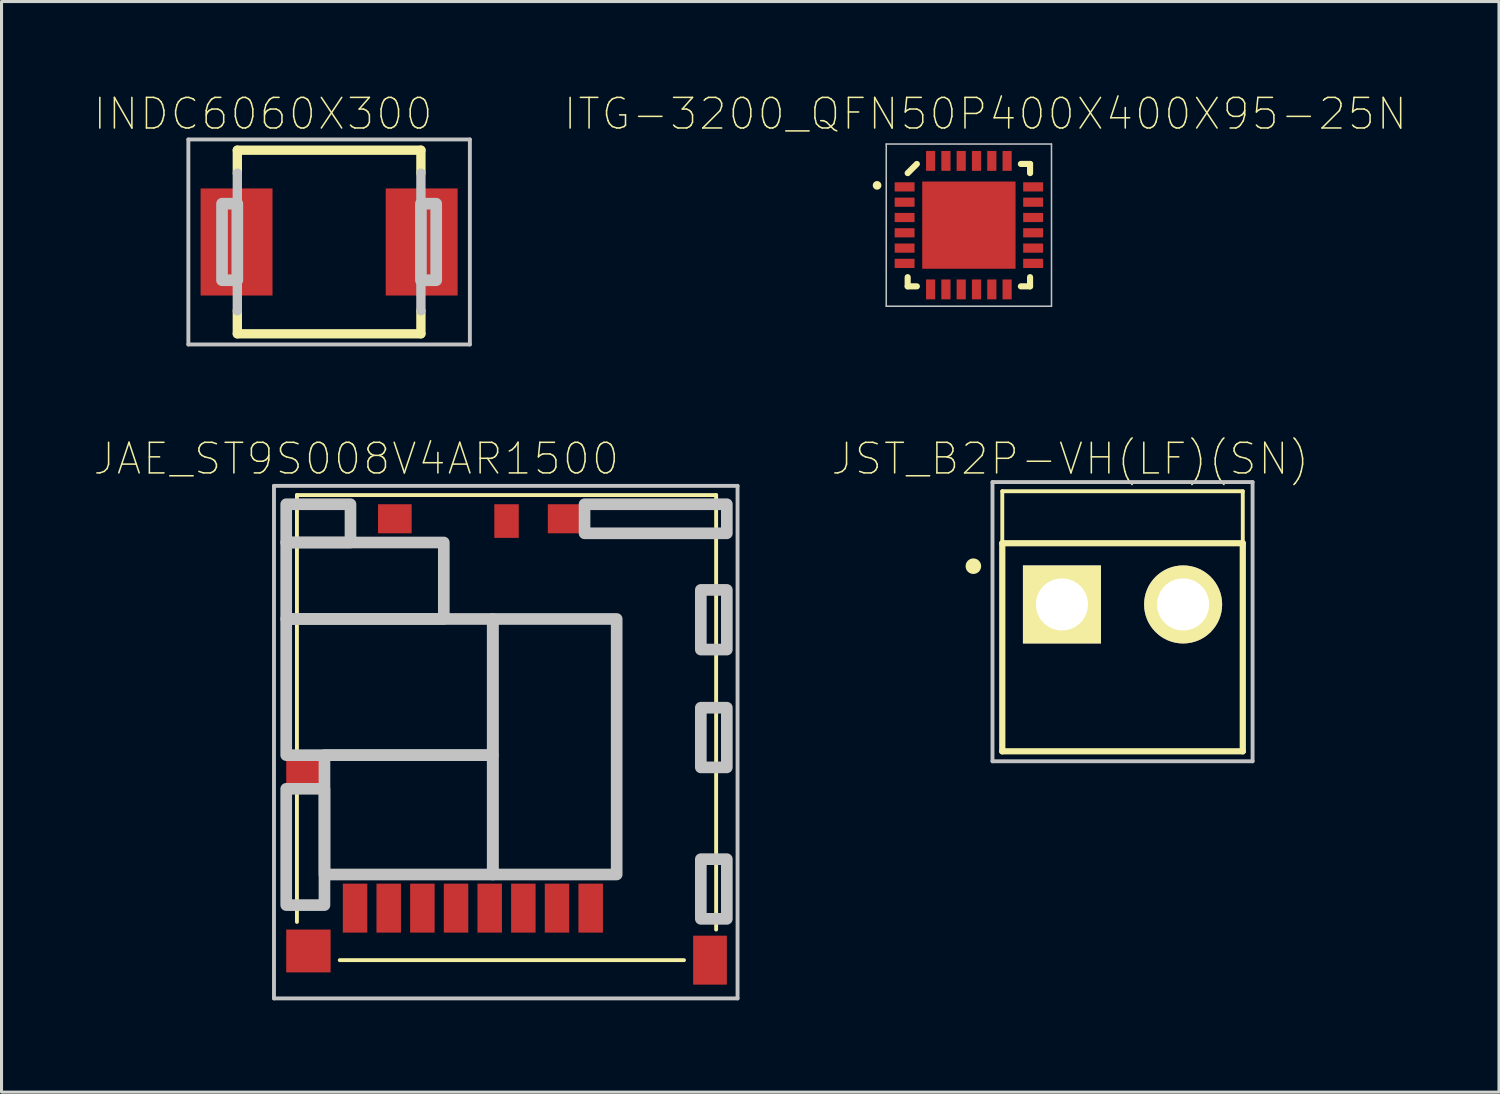
<source format=kicad_pcb>
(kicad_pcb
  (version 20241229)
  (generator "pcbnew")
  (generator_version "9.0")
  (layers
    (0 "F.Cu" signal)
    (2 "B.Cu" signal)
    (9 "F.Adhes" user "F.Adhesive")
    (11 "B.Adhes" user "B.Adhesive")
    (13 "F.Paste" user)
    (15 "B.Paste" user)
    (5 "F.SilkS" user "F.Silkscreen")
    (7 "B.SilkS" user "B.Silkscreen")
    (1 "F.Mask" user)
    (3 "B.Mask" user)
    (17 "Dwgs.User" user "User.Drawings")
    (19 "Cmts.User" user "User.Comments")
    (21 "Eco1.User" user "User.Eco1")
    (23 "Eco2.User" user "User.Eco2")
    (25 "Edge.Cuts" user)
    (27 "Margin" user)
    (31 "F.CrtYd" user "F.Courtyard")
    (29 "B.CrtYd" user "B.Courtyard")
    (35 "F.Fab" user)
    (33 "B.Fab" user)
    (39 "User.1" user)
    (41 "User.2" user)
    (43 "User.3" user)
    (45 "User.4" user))
  (footprint "JAE_ST9S008V4AR1500"
    (layer "F.Cu")
    (at 13.054 28.329)
    (property "Reference" "JAE_ST9S008V4AR1500" (at -4.46 -16.385 0) (layer "F.SilkS") (effects (font (size 1 1) (thickness 0.05))))
    (attr smd)
    (fp_line (start -6.4 -15.2) (end 7.3 -15.2) (stroke (width 0.127) (type solid)) (layer "F.SilkS"))
    (fp_line (start -6.4 -6.8) (end -6.4 -15.2) (stroke (width 0.127) (type solid)) (layer "F.SilkS"))
    (fp_line (start -6.4 -1.25) (end -6.4 -5.5) (stroke (width 0.127) (type solid)) (layer "F.SilkS"))
    (fp_line (start 6.25 0) (end -5 0) (stroke (width 0.127) (type solid)) (layer "F.SilkS"))
    (fp_line (start 7.3 -15.2) (end 7.3 -1) (stroke (width 0.127) (type solid)) (layer "F.SilkS"))
    (fp_line (start -7.15 -15.5) (end 8 -15.5) (stroke (width 0.127) (type solid)) (layer "Dwgs.User"))
    (fp_line (start -7.15 1.25) (end -7.15 -15.5) (stroke (width 0.127) (type solid)) (layer "Dwgs.User"))
    (fp_line (start 8 -15.5) (end 8 1.25) (stroke (width 0.127) (type solid)) (layer "Dwgs.User"))
    (fp_line (start 8 1.25) (end -7.15 1.25) (stroke (width 0.127) (type solid)) (layer "Dwgs.User"))
    (fp_poly (pts (xy -6.75 -14.9) (xy -4.65 -14.9) (xy -4.65 -13.65) (xy -6.75 -13.65)) (stroke (width 0.381) (type solid)) (fill no) (layer "Dwgs.User"))
    (fp_poly (pts (xy -6.75 -13.65) (xy -1.6 -13.65) (xy -1.6 -11.15) (xy -6.75 -11.15)) (stroke (width 0.381) (type solid)) (fill no) (layer "Dwgs.User"))
    (fp_poly (pts (xy -6.75 -11.15) (xy 0 -11.15) (xy 0 -6.7) (xy -6.75 -6.7)) (stroke (width 0.381) (type solid)) (fill no) (layer "Dwgs.User"))
    (fp_poly (pts (xy -6.75 -5.6) (xy -5.5 -5.6) (xy -5.5 -1.8) (xy -6.75 -1.8)) (stroke (width 0.381) (type solid)) (fill no) (layer "Dwgs.User"))
    (fp_poly (pts (xy -5.5 -6.7) (xy 0 -6.7) (xy 0 -2.8) (xy -5.5 -2.8)) (stroke (width 0.381) (type solid)) (fill no) (layer "Dwgs.User"))
    (fp_poly (pts (xy 0 -11.15) (xy 4.05 -11.15) (xy 4.05 -2.8) (xy 0 -2.8)) (stroke (width 0.381) (type solid)) (fill no) (layer "Dwgs.User"))
    (fp_poly (pts (xy 3 -14.9) (xy 7.65 -14.9) (xy 7.65 -13.95) (xy 3 -13.95)) (stroke (width 0.381) (type solid)) (fill no) (layer "Dwgs.User"))
    (fp_poly (pts (xy 6.8 -12.1) (xy 7.65 -12.1) (xy 7.65 -10.15) (xy 6.8 -10.15)) (stroke (width 0.381) (type solid)) (fill no) (layer "Dwgs.User"))
    (fp_poly (pts (xy 6.8 -8.25) (xy 7.65 -8.25) (xy 7.65 -6.3) (xy 6.8 -6.3)) (stroke (width 0.381) (type solid)) (fill no) (layer "Dwgs.User"))
    (fp_poly (pts (xy 6.8 -3.3) (xy 7.65 -3.3) (xy 7.65 -1.35) (xy 6.8 -1.35)) (stroke (width 0.381) (type solid)) (fill no) (layer "Dwgs.User"))
    (pad "1" smd rect (at 3.2 -1.7 90) (size 1.6 0.8) (layers "F.Cu" "F.Mask" "F.Paste"))
    (pad "2" smd rect (at 2.1 -1.7 90) (size 1.6 0.8) (layers "F.Cu" "F.Mask" "F.Paste"))
    (pad "3" smd rect (at 1 -1.7 90) (size 1.6 0.8) (layers "F.Cu" "F.Mask" "F.Paste"))
    (pad "4" smd rect (at -0.1 -1.7 90) (size 1.6 0.8) (layers "F.Cu" "F.Mask" "F.Paste"))
    (pad "5" smd rect (at -1.2 -1.7 90) (size 1.6 0.8) (layers "F.Cu" "F.Mask" "F.Paste"))
    (pad "6" smd rect (at -2.3 -1.7 90) (size 1.6 0.8) (layers "F.Cu" "F.Mask" "F.Paste"))
    (pad "7" smd rect (at -3.4 -1.7 90) (size 1.6 0.8) (layers "F.Cu" "F.Mask" "F.Paste"))
    (pad "8" smd rect (at -4.5 -1.7 90) (size 1.6 0.8) (layers "F.Cu" "F.Mask" "F.Paste"))
    (pad "PAD1" smd rect (at -3.2 -14.425) (size 1.1 0.95) (layers "F.Cu" "F.Mask" "F.Paste"))
    (pad "PAD2" smd rect (at 0.45 -14.35) (size 0.8 1.1) (layers "F.Cu" "F.Mask" "F.Paste"))
    (pad "PAD3" smd rect (at 2.35 -14.425) (size 1.1 0.95) (layers "F.Cu" "F.Mask" "F.Paste"))
    (pad "PAD4" smd rect (at -6.175 -6.15) (size 1.15 0.9) (layers "F.Cu" "F.Mask" "F.Paste"))
    (pad "PAD5" smd rect (at -6.025 -0.3) (size 1.45 1.4) (layers "F.Cu" "F.Mask" "F.Paste"))
    (pad "PAD6" smd rect (at 7.1 0 180) (size 1.1 1.6) (layers "F.Cu" "F.Mask" "F.Paste")))
  (footprint "INDC6060X300"
    (layer "F.Cu")
    (at 7.706 4.858)
    (property "Reference" "INDC6060X300" (at -2.16 -4.185 0) (layer "F.SilkS") (effects (font (size 1 1) (thickness 0.05))))
    (attr smd)
    (fp_line (start -3 -3) (end 3 -3) (stroke (width 0.305) (type solid)) (layer "F.SilkS"))
    (fp_line (start -3 -2.25) (end -3 -3) (stroke (width 0.305) (type solid)) (layer "F.SilkS"))
    (fp_line (start -3 2.25) (end -3 3) (stroke (width 0.305) (type solid)) (layer "F.SilkS"))
    (fp_line (start -3 3) (end 3 3) (stroke (width 0.305) (type solid)) (layer "F.SilkS"))
    (fp_line (start 3 -3) (end 3 -2.25) (stroke (width 0.305) (type solid)) (layer "F.SilkS"))
    (fp_line (start 3 3) (end 3 2.25) (stroke (width 0.305) (type solid)) (layer "F.SilkS"))
    (fp_line (start -4.6 -3.35) (end 4.6 -3.35) (stroke (width 0.127) (type solid)) (layer "Dwgs.User"))
    (fp_line (start -4.6 3.35) (end -4.6 -3.35) (stroke (width 0.127) (type solid)) (layer "Dwgs.User"))
    (fp_line (start -3 -2.25) (end -3 2.25) (stroke (width 0.305) (type solid)) (layer "Dwgs.User"))
    (fp_line (start 3 -2.25) (end 3 2.25) (stroke (width 0.305) (type solid)) (layer "Dwgs.User"))
    (fp_line (start 4.6 -3.35) (end 4.6 3.35) (stroke (width 0.127) (type solid)) (layer "Dwgs.User"))
    (fp_line (start 4.6 3.35) (end -4.6 3.35) (stroke (width 0.127) (type solid)) (layer "Dwgs.User"))
    (fp_poly (pts (xy -3.5 -1.25) (xy -3 -1.25) (xy -3 1.25) (xy -3.5 1.25)) (stroke (width 0.381) (type solid)) (fill no) (layer "Dwgs.User"))
    (fp_poly (pts (xy 3 -1.25) (xy 3.5 -1.25) (xy 3.5 1.25) (xy 3 1.25)) (stroke (width 0.381) (type solid)) (fill no) (layer "Dwgs.User"))
    (pad "1" smd rect (at -3.025 0 90) (size 3.5 2.35) (layers "F.Cu" "F.Mask" "F.Paste"))
    (pad "2" smd rect (at 3.025 0 90) (size 3.5 2.35) (layers "F.Cu" "F.Mask" "F.Paste")))
  (footprint "JST_B2P-VH(LF)(SN)"
    (layer "F.Cu")
    (at 33.636 16.704)
    (property "Reference" "JST_B2P-VH(LF)(SN)" (at -1.71 -4.76 0) (layer "F.SilkS") (effects (font (size 1 1) (thickness 0.05))))
    (attr through_hole)
    (fp_line (start -3.93 -3.7) (end 3.93 -3.7) (stroke (width 0.127) (type solid)) (layer "F.SilkS"))
    (fp_line (start -3.93 -2) (end -3.93 -3.7) (stroke (width 0.127) (type solid)) (layer "F.SilkS"))
    (fp_line (start -3.93 4.8) (end -3.93 -2) (stroke (width 0.203) (type solid)) (layer "F.SilkS"))
    (fp_line (start 3.93 -2) (end -3.93 -2) (stroke (width 0.203) (type solid)) (layer "F.SilkS"))
    (fp_line (start 3.93 -2) (end 3.93 -3.7) (stroke (width 0.127) (type solid)) (layer "F.SilkS"))
    (fp_line (start 3.93 -2) (end 3.93 4.8) (stroke (width 0.203) (type solid)) (layer "F.SilkS"))
    (fp_line (start 3.93 4.8) (end -3.93 4.8) (stroke (width 0.203) (type solid)) (layer "F.SilkS"))
    (fp_circle (center -4.875 -1.25) (end -4.621 -1.25) (stroke (width 0) (type solid)) (fill yes) (layer "F.SilkS"))
    (fp_line (start -4.25 -4) (end 4.25 -4) (stroke (width 0.127) (type solid)) (layer "Dwgs.User"))
    (fp_line (start -4.25 5.125) (end -4.25 -4) (stroke (width 0.127) (type solid)) (layer "Dwgs.User"))
    (fp_line (start 4.25 -4) (end 4.25 5.125) (stroke (width 0.127) (type solid)) (layer "Dwgs.User"))
    (fp_line (start 4.25 5.125) (end -4.25 5.125) (stroke (width 0.127) (type solid)) (layer "Dwgs.User"))
    (pad "1" thru_hole rect (at -1.98 0) (size 2.55 2.55) (drill 1.7) (layers "*.Cu" "*.Mask" "F.SilkS"))
    (pad "2" thru_hole circle (at 1.98 0) (size 2.55 2.55) (drill 1.7) (layers "*.Cu" "*.Mask" "F.SilkS")))
  (footprint "ITG-3200_QFN50P400X400X95-25N"
    (layer "F.Cu")
    (at 28.614 4.308)
    (property "Reference" "ITG-3200_QFN50P400X400X95-25N" (at 0.54 -3.635 0) (layer "F.SilkS") (effects (font (size 1 1) (thickness 0.05))))
    (attr smd)
    (fp_line (start -2 -1.7) (end -1.7 -2) (stroke (width 0.2) (type solid)) (layer "F.SilkS"))
    (fp_line (start -2 2) (end -2 1.7) (stroke (width 0.2) (type solid)) (layer "F.SilkS"))
    (fp_line (start -1.7 2) (end -2 2) (stroke (width 0.2) (type solid)) (layer "F.SilkS"))
    (fp_line (start 1.7 -2) (end 2 -2) (stroke (width 0.2) (type solid)) (layer "F.SilkS"))
    (fp_line (start 2 -2) (end 2 -1.7) (stroke (width 0.2) (type solid)) (layer "F.SilkS"))
    (fp_line (start 2 1.7) (end 2 2) (stroke (width 0.2) (type solid)) (layer "F.SilkS"))
    (fp_line (start 2 2) (end 1.7 2) (stroke (width 0.2) (type solid)) (layer "F.SilkS"))
    (fp_circle (center -3 -1.3) (end -2.859 -1.3) (stroke (width 0) (type solid)) (fill yes) (layer "F.SilkS"))
    (fp_poly (pts (xy -0.99 -0.89) (xy 0.99 -0.89) (xy 0.99 0.89) (xy -0.99 0.89)) (stroke (width 0.381) (type solid)) (fill yes) (layer "F.Paste"))
    (fp_line (start -2.7 -2.65) (end 2.7 -2.65) (stroke (width 0.05) (type solid)) (layer "Dwgs.User"))
    (fp_line (start -2.7 2.65) (end -2.7 -2.65) (stroke (width 0.05) (type solid)) (layer "Dwgs.User"))
    (fp_line (start 2.7 -2.65) (end 2.7 2.65) (stroke (width 0.05) (type solid)) (layer "Dwgs.User"))
    (fp_line (start 2.7 2.65) (end -2.7 2.65) (stroke (width 0.05) (type solid)) (layer "Dwgs.User"))
    (pad "1" smd rect (at -2.1 -1.25) (size 0.65 0.3) (layers "F.Cu" "F.Mask" "F.Paste"))
    (pad "2" smd rect (at -2.1 -0.75) (size 0.65 0.3) (layers "F.Cu" "F.Mask" "F.Paste"))
    (pad "3" smd rect (at -2.1 -0.25) (size 0.65 0.3) (layers "F.Cu" "F.Mask" "F.Paste"))
    (pad "4" smd rect (at -2.1 0.25) (size 0.65 0.3) (layers "F.Cu" "F.Mask" "F.Paste"))
    (pad "5" smd rect (at -2.1 0.75) (size 0.65 0.3) (layers "F.Cu" "F.Mask" "F.Paste"))
    (pad "6" smd rect (at -2.1 1.25) (size 0.65 0.3) (layers "F.Cu" "F.Mask" "F.Paste"))
    (pad "7" smd rect (at -1.25 2.1 90) (size 0.65 0.3) (layers "F.Cu" "F.Mask" "F.Paste"))
    (pad "8" smd rect (at -0.75 2.1 90) (size 0.65 0.3) (layers "F.Cu" "F.Mask" "F.Paste"))
    (pad "9" smd rect (at -0.25 2.1 90) (size 0.65 0.3) (layers "F.Cu" "F.Mask" "F.Paste"))
    (pad "10" smd rect (at 0.25 2.1 90) (size 0.65 0.3) (layers "F.Cu" "F.Mask" "F.Paste"))
    (pad "11" smd rect (at 0.75 2.1 90) (size 0.65 0.3) (layers "F.Cu" "F.Mask" "F.Paste"))
    (pad "12" smd rect (at 1.25 2.1 90) (size 0.65 0.3) (layers "F.Cu" "F.Mask" "F.Paste"))
    (pad "13" smd rect (at 2.1 1.25 180) (size 0.65 0.3) (layers "F.Cu" "F.Mask" "F.Paste"))
    (pad "14" smd rect (at 2.1 0.75 180) (size 0.65 0.3) (layers "F.Cu" "F.Mask" "F.Paste"))
    (pad "15" smd rect (at 2.1 0.25 180) (size 0.65 0.3) (layers "F.Cu" "F.Mask" "F.Paste"))
    (pad "16" smd rect (at 2.1 -0.25 180) (size 0.65 0.3) (layers "F.Cu" "F.Mask" "F.Paste"))
    (pad "17" smd rect (at 2.1 -0.75 180) (size 0.65 0.3) (layers "F.Cu" "F.Mask" "F.Paste"))
    (pad "18" smd rect (at 2.1 -1.25 180) (size 0.65 0.3) (layers "F.Cu" "F.Mask" "F.Paste"))
    (pad "19" smd rect (at 1.25 -2.1 270) (size 0.65 0.3) (layers "F.Cu" "F.Mask" "F.Paste"))
    (pad "20" smd rect (at 0.75 -2.1 270) (size 0.65 0.3) (layers "F.Cu" "F.Mask" "F.Paste"))
    (pad "21" smd rect (at 0.25 -2.1 270) (size 0.65 0.3) (layers "F.Cu" "F.Mask" "F.Paste"))
    (pad "22" smd rect (at -0.25 -2.1 270) (size 0.65 0.3) (layers "F.Cu" "F.Mask" "F.Paste"))
    (pad "23" smd rect (at -0.75 -2.1 270) (size 0.65 0.3) (layers "F.Cu" "F.Mask" "F.Paste"))
    (pad "24" smd rect (at -1.25 -2.1 270) (size 0.65 0.3) (layers "F.Cu" "F.Mask" "F.Paste"))
    (pad "25" smd rect (at 0 0) (size 3.05 2.85) (layers "F.Cu" "F.Mask" "F.Paste")))
  (gr_rect
    (start -3 -3)
    (end 45.939 32.642)
    (stroke (width 0.1) (type default))
    (fill no)
    (layer "Edge.Cuts")))
</source>
